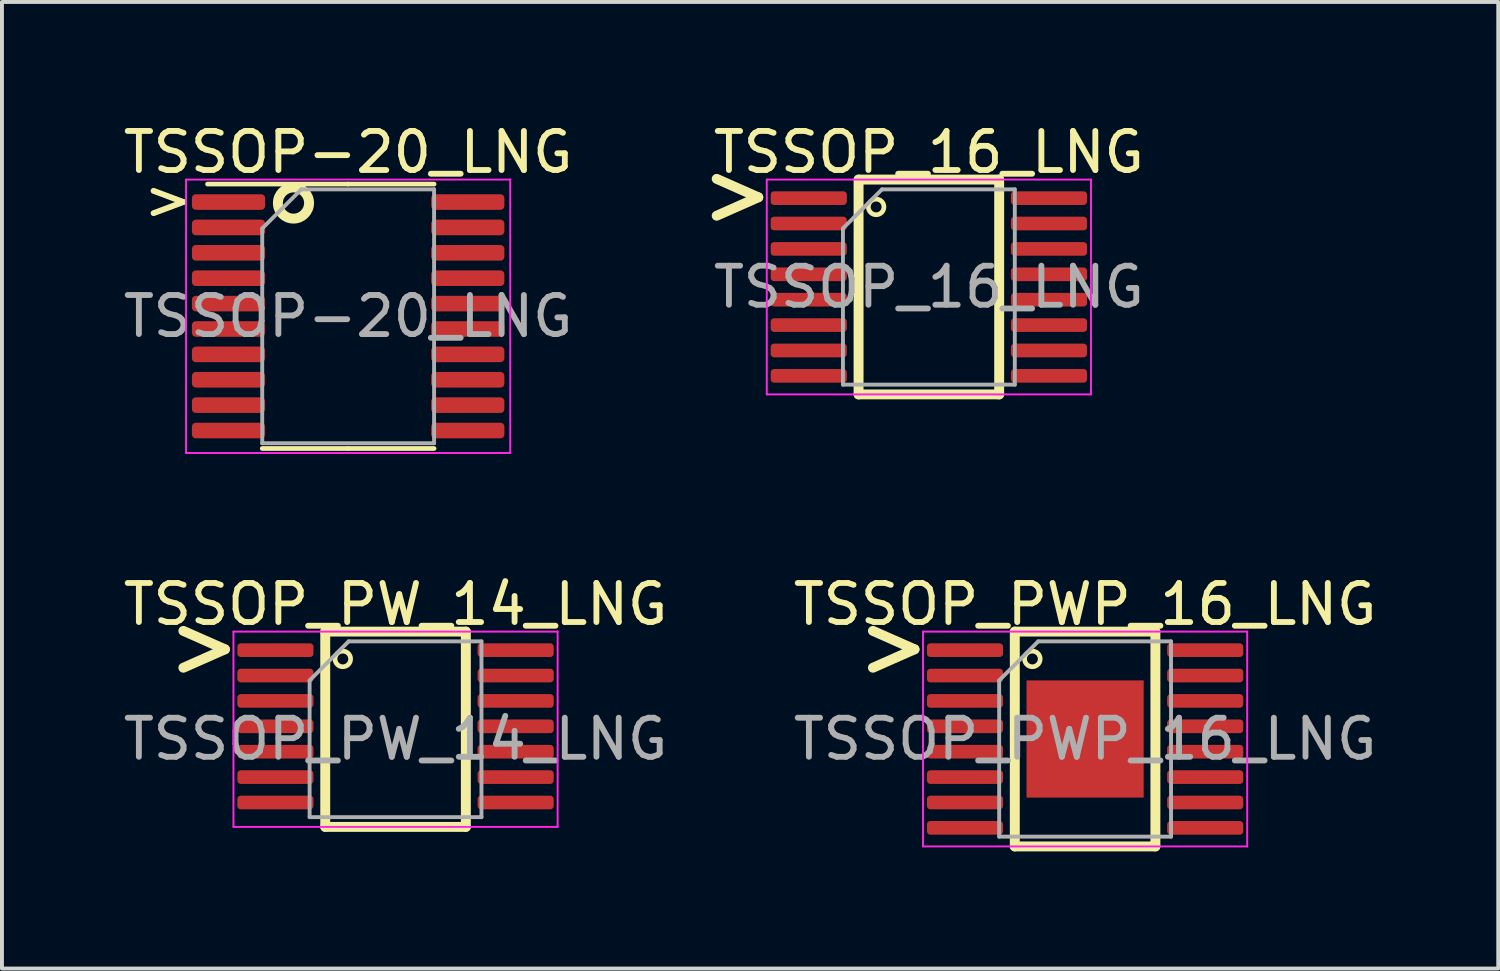
<source format=kicad_pcb>
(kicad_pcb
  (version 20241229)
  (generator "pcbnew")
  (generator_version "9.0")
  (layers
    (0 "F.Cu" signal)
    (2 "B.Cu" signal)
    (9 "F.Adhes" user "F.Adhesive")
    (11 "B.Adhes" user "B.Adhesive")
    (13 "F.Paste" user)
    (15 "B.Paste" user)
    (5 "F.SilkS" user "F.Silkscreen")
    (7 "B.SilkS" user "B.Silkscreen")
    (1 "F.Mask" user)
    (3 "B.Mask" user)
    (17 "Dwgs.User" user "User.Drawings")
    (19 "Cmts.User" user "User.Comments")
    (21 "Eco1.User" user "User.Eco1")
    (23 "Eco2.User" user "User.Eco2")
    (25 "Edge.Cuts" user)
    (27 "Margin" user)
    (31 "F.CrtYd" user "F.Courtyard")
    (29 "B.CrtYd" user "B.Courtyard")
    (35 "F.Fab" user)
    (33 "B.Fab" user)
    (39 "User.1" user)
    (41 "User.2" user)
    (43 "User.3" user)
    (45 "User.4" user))
  (footprint "TSSOP_16_LNG"
    (layer "F.Cu")
    (at 20.732 4.298)
    (property "Reference" "TSSOP_16_LNG" (at 0 -3.45 0) (layer "F.SilkS") (effects (font (size 1 1) (thickness 0.15))))
    (attr smd)
    (fp_line (start -1.8 -2.75) (end 1.8 -2.75) (stroke (width 0.254) (type solid)) (layer "F.SilkS"))
    (fp_line (start -1.8 2.75) (end -1.8 -2.75) (stroke (width 0.254) (type solid)) (layer "F.SilkS"))
    (fp_line (start 1.8 -2.75) (end 1.8 2.75) (stroke (width 0.254) (type solid)) (layer "F.SilkS"))
    (fp_line (start 1.8 2.75) (end -1.8 2.75) (stroke (width 0.254) (type solid)) (layer "F.SilkS"))
    (fp_circle (center -1.35 -2.05) (end -1.15 -2.05) (stroke (width 0.12) (type solid)) (fill no) (layer "F.SilkS"))
    (fp_line (start -4.15 -2.75) (end -4.15 2.75) (stroke (width 0.05) (type solid)) (layer "F.CrtYd"))
    (fp_line (start -4.15 2.75) (end 4.15 2.75) (stroke (width 0.05) (type solid)) (layer "F.CrtYd"))
    (fp_line (start 4.15 -2.75) (end -4.15 -2.75) (stroke (width 0.05) (type solid)) (layer "F.CrtYd"))
    (fp_line (start 4.15 2.75) (end 4.15 -2.75) (stroke (width 0.05) (type solid)) (layer "F.CrtYd"))
    (fp_line (start -2.2 -1.5) (end -1.2 -2.5) (stroke (width 0.1) (type solid)) (layer "F.Fab"))
    (fp_line (start -2.2 2.5) (end -2.2 -1.5) (stroke (width 0.1) (type solid)) (layer "F.Fab"))
    (fp_line (start -1.2 -2.5) (end 2.2 -2.5) (stroke (width 0.1) (type solid)) (layer "F.Fab"))
    (fp_line (start 2.2 -2.5) (end 2.2 2.5) (stroke (width 0.1) (type solid)) (layer "F.Fab"))
    (fp_line (start 2.2 2.5) (end -2.2 2.5) (stroke (width 0.1) (type solid)) (layer "F.Fab"))
    (fp_text user "<" (at -4.9 -2.175 180) (unlocked yes) (layer "F.SilkS") (effects (font (size 1.651 1.397) (thickness 0.254))))
    (fp_text user "${REFERENCE}" (at 0 0 0) (layer "F.Fab") (effects (font (size 1 1) (thickness 0.15))))
    (pad "1" smd roundrect (at -3.075 -2.275) (size 1.95 0.35) (layers "F.Cu" "F.Mask" "F.Paste") (roundrect_rratio 0.25))
    (pad "2" smd roundrect (at -3.075 -1.625) (size 1.95 0.35) (layers "F.Cu" "F.Mask" "F.Paste") (roundrect_rratio 0.25))
    (pad "3" smd roundrect (at -3.075 -0.975) (size 1.95 0.35) (layers "F.Cu" "F.Mask" "F.Paste") (roundrect_rratio 0.25))
    (pad "4" smd roundrect (at -3.075 -0.325) (size 1.95 0.35) (layers "F.Cu" "F.Mask" "F.Paste") (roundrect_rratio 0.25))
    (pad "5" smd roundrect (at -3.075 0.325) (size 1.95 0.35) (layers "F.Cu" "F.Mask" "F.Paste") (roundrect_rratio 0.25))
    (pad "6" smd roundrect (at -3.075 0.975) (size 1.95 0.35) (layers "F.Cu" "F.Mask" "F.Paste") (roundrect_rratio 0.25))
    (pad "7" smd roundrect (at -3.075 1.625) (size 1.95 0.35) (layers "F.Cu" "F.Mask" "F.Paste") (roundrect_rratio 0.25))
    (pad "8" smd roundrect (at -3.075 2.275) (size 1.95 0.35) (layers "F.Cu" "F.Mask" "F.Paste") (roundrect_rratio 0.25))
    (pad "9" smd roundrect (at 3.075 2.275) (size 1.95 0.35) (layers "F.Cu" "F.Mask" "F.Paste") (roundrect_rratio 0.25))
    (pad "10" smd roundrect (at 3.075 1.625) (size 1.95 0.35) (layers "F.Cu" "F.Mask" "F.Paste") (roundrect_rratio 0.25))
    (pad "11" smd roundrect (at 3.075 0.975) (size 1.95 0.35) (layers "F.Cu" "F.Mask" "F.Paste") (roundrect_rratio 0.25))
    (pad "12" smd roundrect (at 3.075 0.325) (size 1.95 0.35) (layers "F.Cu" "F.Mask" "F.Paste") (roundrect_rratio 0.25))
    (pad "13" smd roundrect (at 3.075 -0.325) (size 1.95 0.35) (layers "F.Cu" "F.Mask" "F.Paste") (roundrect_rratio 0.25))
    (pad "14" smd roundrect (at 3.075 -0.975) (size 1.95 0.35) (layers "F.Cu" "F.Mask" "F.Paste") (roundrect_rratio 0.25))
    (pad "15" smd roundrect (at 3.075 -1.625) (size 1.95 0.35) (layers "F.Cu" "F.Mask" "F.Paste") (roundrect_rratio 0.25))
    (pad "16" smd roundrect (at 3.075 -2.275) (size 1.95 0.35) (layers "F.Cu" "F.Mask" "F.Paste") (roundrect_rratio 0.25)))
  (footprint "TSSOP_PW_14_LNG"
    (layer "F.Cu")
    (at 7.077 15.871)
    (property "Reference" "TSSOP_PW_14_LNG" (at 0 -3.45 0) (layer "F.SilkS") (effects (font (size 1 1) (thickness 0.15))))
    (attr smd)
    (fp_line (start -1.8 -2.75) (end 1.8 -2.75) (stroke (width 0.254) (type solid)) (layer "F.SilkS"))
    (fp_line (start -1.8 2.25) (end -1.8 -2.75) (stroke (width 0.254) (type solid)) (layer "F.SilkS"))
    (fp_line (start 1.8 -2.75) (end 1.8 2.25) (stroke (width 0.254) (type solid)) (layer "F.SilkS"))
    (fp_line (start 1.8 2.25) (end -1.8 2.25) (stroke (width 0.254) (type solid)) (layer "F.SilkS"))
    (fp_circle (center -1.35 -2.05) (end -1.15 -2.05) (stroke (width 0.12) (type solid)) (fill no) (layer "F.SilkS"))
    (fp_line (start -4.15 -2.75) (end -4.15 2.25) (stroke (width 0.05) (type solid)) (layer "F.CrtYd"))
    (fp_line (start -4.15 2.25) (end 4.15 2.25) (stroke (width 0.05) (type solid)) (layer "F.CrtYd"))
    (fp_line (start 4.15 -2.75) (end -4.15 -2.75) (stroke (width 0.05) (type solid)) (layer "F.CrtYd"))
    (fp_line (start 4.15 2.25) (end 4.15 -2.75) (stroke (width 0.05) (type solid)) (layer "F.CrtYd"))
    (fp_line (start -2.2 -1.5) (end -1.2 -2.5) (stroke (width 0.1) (type solid)) (layer "F.Fab"))
    (fp_line (start -2.2 2) (end -2.2 -1.5) (stroke (width 0.1) (type solid)) (layer "F.Fab"))
    (fp_line (start -1.2 -2.5) (end 2.2 -2.5) (stroke (width 0.1) (type solid)) (layer "F.Fab"))
    (fp_line (start 2.2 -2.5) (end 2.2 2) (stroke (width 0.1) (type solid)) (layer "F.Fab"))
    (fp_line (start 2.2 2) (end -2.2 2) (stroke (width 0.1) (type solid)) (layer "F.Fab"))
    (fp_text user "<" (at -4.9 -2.175 180) (unlocked yes) (layer "F.SilkS") (effects (font (size 1.651 1.397) (thickness 0.254))))
    (fp_text user "${REFERENCE}" (at 0 0 0) (layer "F.Fab") (effects (font (size 1 1) (thickness 0.15))))
    (pad "1" smd roundrect (at -3.075 -2.275) (size 1.95 0.35) (layers "F.Cu" "F.Mask" "F.Paste") (roundrect_rratio 0.25))
    (pad "2" smd roundrect (at -3.075 -1.625) (size 1.95 0.35) (layers "F.Cu" "F.Mask" "F.Paste") (roundrect_rratio 0.25))
    (pad "3" smd roundrect (at -3.075 -0.975) (size 1.95 0.35) (layers "F.Cu" "F.Mask" "F.Paste") (roundrect_rratio 0.25))
    (pad "4" smd roundrect (at -3.075 -0.325) (size 1.95 0.35) (layers "F.Cu" "F.Mask" "F.Paste") (roundrect_rratio 0.25))
    (pad "5" smd roundrect (at -3.075 0.325) (size 1.95 0.35) (layers "F.Cu" "F.Mask" "F.Paste") (roundrect_rratio 0.25))
    (pad "6" smd roundrect (at -3.075 0.975) (size 1.95 0.35) (layers "F.Cu" "F.Mask" "F.Paste") (roundrect_rratio 0.25))
    (pad "7" smd roundrect (at -3.075 1.625) (size 1.95 0.35) (layers "F.Cu" "F.Mask" "F.Paste") (roundrect_rratio 0.25))
    (pad "8" smd roundrect (at 3.075 1.625) (size 1.95 0.35) (layers "F.Cu" "F.Mask" "F.Paste") (roundrect_rratio 0.25))
    (pad "9" smd roundrect (at 3.075 0.975) (size 1.95 0.35) (layers "F.Cu" "F.Mask" "F.Paste") (roundrect_rratio 0.25))
    (pad "10" smd roundrect (at 3.075 0.325) (size 1.95 0.35) (layers "F.Cu" "F.Mask" "F.Paste") (roundrect_rratio 0.25))
    (pad "11" smd roundrect (at 3.075 -0.325) (size 1.95 0.35) (layers "F.Cu" "F.Mask" "F.Paste") (roundrect_rratio 0.25))
    (pad "12" smd roundrect (at 3.075 -0.975) (size 1.95 0.35) (layers "F.Cu" "F.Mask" "F.Paste") (roundrect_rratio 0.25))
    (pad "13" smd roundrect (at 3.075 -1.625) (size 1.95 0.35) (layers "F.Cu" "F.Mask" "F.Paste") (roundrect_rratio 0.25))
    (pad "14" smd roundrect (at 3.075 -2.275) (size 1.95 0.35) (layers "F.Cu" "F.Mask" "F.Paste") (roundrect_rratio 0.25)))
  (footprint "TSSOP_PWP_16_LNG"
    (layer "F.Cu")
    (at 24.732 15.871)
    (property "Reference" "TSSOP_PWP_16_LNG" (at 0 -3.45 0) (layer "F.SilkS") (effects (font (size 1 1) (thickness 0.15))))
    (attr smd)
    (fp_line (start -1.8 -2.75) (end 1.8 -2.75) (stroke (width 0.254) (type solid)) (layer "F.SilkS"))
    (fp_line (start -1.8 2.75) (end -1.8 -2.75) (stroke (width 0.254) (type solid)) (layer "F.SilkS"))
    (fp_line (start 1.8 -2.75) (end 1.8 2.75) (stroke (width 0.254) (type solid)) (layer "F.SilkS"))
    (fp_line (start 1.8 2.75) (end -1.8 2.75) (stroke (width 0.254) (type solid)) (layer "F.SilkS"))
    (fp_circle (center -1.35 -2.05) (end -1.15 -2.05) (stroke (width 0.12) (type solid)) (fill no) (layer "F.SilkS"))
    (fp_line (start -4.15 -2.75) (end -4.15 2.75) (stroke (width 0.05) (type solid)) (layer "F.CrtYd"))
    (fp_line (start -4.15 2.75) (end 4.15 2.75) (stroke (width 0.05) (type solid)) (layer "F.CrtYd"))
    (fp_line (start 4.15 -2.75) (end -4.15 -2.75) (stroke (width 0.05) (type solid)) (layer "F.CrtYd"))
    (fp_line (start 4.15 2.75) (end 4.15 -2.75) (stroke (width 0.05) (type solid)) (layer "F.CrtYd"))
    (fp_line (start -2.2 -1.5) (end -1.2 -2.5) (stroke (width 0.1) (type solid)) (layer "F.Fab"))
    (fp_line (start -2.2 2.5) (end -2.2 -1.5) (stroke (width 0.1) (type solid)) (layer "F.Fab"))
    (fp_line (start -1.2 -2.5) (end 2.2 -2.5) (stroke (width 0.1) (type solid)) (layer "F.Fab"))
    (fp_line (start 2.2 -2.5) (end 2.2 2.5) (stroke (width 0.1) (type solid)) (layer "F.Fab"))
    (fp_line (start 2.2 2.5) (end -2.2 2.5) (stroke (width 0.1) (type solid)) (layer "F.Fab"))
    (fp_text user "<" (at -4.9 -2.175 180) (unlocked yes) (layer "F.SilkS") (effects (font (size 1.651 1.397) (thickness 0.254))))
    (fp_text user "${REFERENCE}" (at 0 0 0) (layer "F.Fab") (effects (font (size 1 1) (thickness 0.15))))
    (pad "" smd roundrect (at -0.75 -0.75) (size 1.21 1.21) (layers "F.Paste") (roundrect_rratio 0.207))
    (pad "" smd roundrect (at -0.75 0.75) (size 1.21 1.21) (layers "F.Paste") (roundrect_rratio 0.207))
    (pad "" smd roundrect (at 0.75 -0.75) (size 1.21 1.21) (layers "F.Paste") (roundrect_rratio 0.207))
    (pad "" smd roundrect (at 0.75 0.75) (size 1.21 1.21) (layers "F.Paste") (roundrect_rratio 0.207))
    (pad "1" smd roundrect (at -3.075 -2.275) (size 1.95 0.35) (layers "F.Cu" "F.Mask" "F.Paste") (roundrect_rratio 0.25))
    (pad "2" smd roundrect (at -3.075 -1.625) (size 1.95 0.35) (layers "F.Cu" "F.Mask" "F.Paste") (roundrect_rratio 0.25))
    (pad "3" smd roundrect (at -3.075 -0.975) (size 1.95 0.35) (layers "F.Cu" "F.Mask" "F.Paste") (roundrect_rratio 0.25))
    (pad "4" smd roundrect (at -3.075 -0.325) (size 1.95 0.35) (layers "F.Cu" "F.Mask" "F.Paste") (roundrect_rratio 0.25))
    (pad "5" smd roundrect (at -3.075 0.325) (size 1.95 0.35) (layers "F.Cu" "F.Mask" "F.Paste") (roundrect_rratio 0.25))
    (pad "6" smd roundrect (at -3.075 0.975) (size 1.95 0.35) (layers "F.Cu" "F.Mask" "F.Paste") (roundrect_rratio 0.25))
    (pad "7" smd roundrect (at -3.075 1.625) (size 1.95 0.35) (layers "F.Cu" "F.Mask" "F.Paste") (roundrect_rratio 0.25))
    (pad "8" smd roundrect (at -3.075 2.275) (size 1.95 0.35) (layers "F.Cu" "F.Mask" "F.Paste") (roundrect_rratio 0.25))
    (pad "9" smd roundrect (at 3.075 2.275) (size 1.95 0.35) (layers "F.Cu" "F.Mask" "F.Paste") (roundrect_rratio 0.25))
    (pad "10" smd roundrect (at 3.075 1.625) (size 1.95 0.35) (layers "F.Cu" "F.Mask" "F.Paste") (roundrect_rratio 0.25))
    (pad "11" smd roundrect (at 3.075 0.975) (size 1.95 0.35) (layers "F.Cu" "F.Mask" "F.Paste") (roundrect_rratio 0.25))
    (pad "12" smd roundrect (at 3.075 0.325) (size 1.95 0.35) (layers "F.Cu" "F.Mask" "F.Paste") (roundrect_rratio 0.25))
    (pad "13" smd roundrect (at 3.075 -0.325) (size 1.95 0.35) (layers "F.Cu" "F.Mask" "F.Paste") (roundrect_rratio 0.25))
    (pad "14" smd roundrect (at 3.075 -0.975) (size 1.95 0.35) (layers "F.Cu" "F.Mask" "F.Paste") (roundrect_rratio 0.25))
    (pad "15" smd roundrect (at 3.075 -1.625) (size 1.95 0.35) (layers "F.Cu" "F.Mask" "F.Paste") (roundrect_rratio 0.25))
    (pad "16" smd roundrect (at 3.075 -2.275) (size 1.95 0.35) (layers "F.Cu" "F.Mask" "F.Paste") (roundrect_rratio 0.25))
    (pad "17" smd rect (at 0 0) (size 3 3) (layers "F.Cu" "F.Mask")))
  (footprint "TSSOP-20_LNG"
    (layer "F.Cu")
    (at 2.801 8.073)
    (property "Reference" "TSSOP-20_LNG" (at 3.062 -7.225 0) (layer "F.SilkS") (effects (font (size 1 1) (thickness 0.15))))
    (attr smd)
    (fp_line (start 3.062 -6.41) (end -0.537 -6.41) (stroke (width 0.12) (type solid)) (layer "F.SilkS"))
    (fp_line (start 3.062 -6.41) (end 5.263 -6.41) (stroke (width 0.12) (type solid)) (layer "F.SilkS"))
    (fp_line (start 3.062 0.36) (end 0.863 0.36) (stroke (width 0.12) (type solid)) (layer "F.SilkS"))
    (fp_line (start 3.062 0.36) (end 5.263 0.36) (stroke (width 0.12) (type solid)) (layer "F.SilkS"))
    (fp_circle (center 1.663 -5.925) (end 2.062 -5.925) (stroke (width 0.254) (type solid)) (fill no) (layer "F.SilkS"))
    (fp_line (start -1.087 -6.525) (end -1.087 0.475) (stroke (width 0.05) (type solid)) (layer "F.CrtYd"))
    (fp_line (start -1.087 0.475) (end 7.213 0.475) (stroke (width 0.05) (type solid)) (layer "F.CrtYd"))
    (fp_line (start 7.213 -6.525) (end -1.087 -6.525) (stroke (width 0.05) (type solid)) (layer "F.CrtYd"))
    (fp_line (start 7.213 0.475) (end 7.213 -6.525) (stroke (width 0.05) (type solid)) (layer "F.CrtYd"))
    (fp_line (start 0.863 -5.275) (end 1.863 -6.275) (stroke (width 0.1) (type solid)) (layer "F.Fab"))
    (fp_line (start 0.863 0.225) (end 0.863 -5.275) (stroke (width 0.1) (type solid)) (layer "F.Fab"))
    (fp_line (start 1.863 -6.275) (end 5.263 -6.275) (stroke (width 0.1) (type solid)) (layer "F.Fab"))
    (fp_line (start 5.263 -6.275) (end 5.263 0.225) (stroke (width 0.1) (type solid)) (layer "F.Fab"))
    (fp_line (start 5.263 0.225) (end 0.863 0.225) (stroke (width 0.1) (type solid)) (layer "F.Fab"))
    (fp_text user ">" (at -1.538 -6.025 0) (unlocked yes) (layer "F.SilkS") (effects (font (size 1 1) (thickness 0.15))))
    (fp_text user "${REFERENCE}" (at 3.062 -3.025 0) (layer "F.Fab") (effects (font (size 1 1) (thickness 0.15))))
    (pad "1" smd roundrect (at 0 -5.95) (size 1.875 0.4) (layers "F.Cu" "F.Mask" "F.Paste") (roundrect_rratio 0.25))
    (pad "2" smd roundrect (at 0 -5.3) (size 1.875 0.4) (layers "F.Cu" "F.Mask" "F.Paste") (roundrect_rratio 0.25))
    (pad "3" smd roundrect (at 0 -4.65) (size 1.875 0.4) (layers "F.Cu" "F.Mask" "F.Paste") (roundrect_rratio 0.25))
    (pad "4" smd roundrect (at 0 -4) (size 1.875 0.4) (layers "F.Cu" "F.Mask" "F.Paste") (roundrect_rratio 0.25))
    (pad "5" smd roundrect (at 0 -3.35) (size 1.875 0.4) (layers "F.Cu" "F.Mask" "F.Paste") (roundrect_rratio 0.25))
    (pad "6" smd roundrect (at 0 -2.7) (size 1.875 0.4) (layers "F.Cu" "F.Mask" "F.Paste") (roundrect_rratio 0.25))
    (pad "7" smd roundrect (at 0 -2.05) (size 1.875 0.4) (layers "F.Cu" "F.Mask" "F.Paste") (roundrect_rratio 0.25))
    (pad "8" smd roundrect (at 0 -1.4) (size 1.875 0.4) (layers "F.Cu" "F.Mask" "F.Paste") (roundrect_rratio 0.25))
    (pad "9" smd roundrect (at 0 -0.75) (size 1.875 0.4) (layers "F.Cu" "F.Mask" "F.Paste") (roundrect_rratio 0.25))
    (pad "10" smd roundrect (at 0 -0.1) (size 1.875 0.4) (layers "F.Cu" "F.Mask" "F.Paste") (roundrect_rratio 0.25))
    (pad "11" smd roundrect (at 6.125 -0.1) (size 1.875 0.4) (layers "F.Cu" "F.Mask" "F.Paste") (roundrect_rratio 0.25))
    (pad "12" smd roundrect (at 6.125 -0.75) (size 1.875 0.4) (layers "F.Cu" "F.Mask" "F.Paste") (roundrect_rratio 0.25))
    (pad "13" smd roundrect (at 6.125 -1.4) (size 1.875 0.4) (layers "F.Cu" "F.Mask" "F.Paste") (roundrect_rratio 0.25))
    (pad "14" smd roundrect (at 6.125 -2.05) (size 1.875 0.4) (layers "F.Cu" "F.Mask" "F.Paste") (roundrect_rratio 0.25))
    (pad "15" smd roundrect (at 6.125 -2.7) (size 1.875 0.4) (layers "F.Cu" "F.Mask" "F.Paste") (roundrect_rratio 0.25))
    (pad "16" smd roundrect (at 6.125 -3.35) (size 1.875 0.4) (layers "F.Cu" "F.Mask" "F.Paste") (roundrect_rratio 0.25))
    (pad "17" smd roundrect (at 6.125 -4) (size 1.875 0.4) (layers "F.Cu" "F.Mask" "F.Paste") (roundrect_rratio 0.25))
    (pad "18" smd roundrect (at 6.125 -4.65) (size 1.875 0.4) (layers "F.Cu" "F.Mask" "F.Paste") (roundrect_rratio 0.25))
    (pad "19" smd roundrect (at 6.125 -5.3) (size 1.875 0.4) (layers "F.Cu" "F.Mask" "F.Paste") (roundrect_rratio 0.25))
    (pad "20" smd roundrect (at 6.125 -5.95) (size 1.875 0.4) (layers "F.Cu" "F.Mask" "F.Paste") (roundrect_rratio 0.25)))
  (gr_rect
    (start -3 -3)
    (end 35.31 21.748)
    (stroke (width 0.1) (type default))
    (fill no)
    (layer "Edge.Cuts")))
</source>
